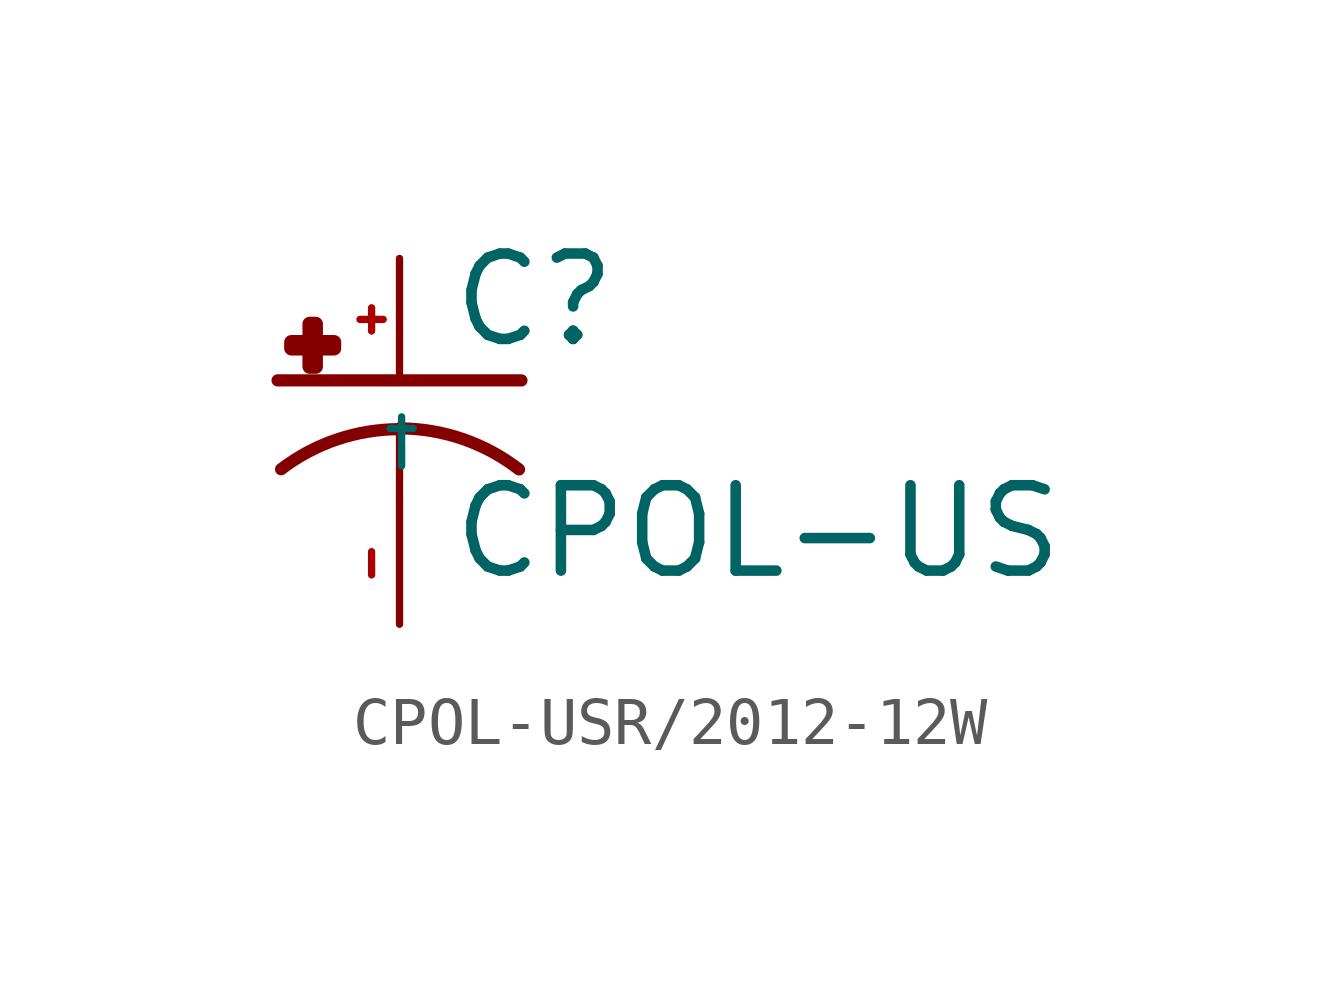
<source format=kicad_sym>
(kicad_symbol_lib
  (version 20220914)
  (generator Eagle2Kicad)
  (symbol "CPOL-USR/2012-12W"
    (property "Reference" "C"
      (at 1.016 0.635 0)
      (effects (font (size 1.778 1.778) (thickness 0.22)) (justify left bottom)))
    (property "Value" "CPOL-US"
      (at 1.016 -4.191 0)
      (effects (font (size 1.778 1.778) (thickness 0.22)) (justify left bottom)))
    (polyline
      (pts (xy -2.54 0) (xy 2.54 0))
      (stroke (width 0.254) (type default))
      (fill (type none)))
    (polyline
      (pts (xy 0 -1.016) (xy 0 -2.54))
      (stroke (width 0.152) (type default))
      (fill (type none)))
    (arc
      (start 2.4892 -1.8542)
      (mid 1.316 -1.220)
      (end 0 -1)
      (stroke (width 0.254) (type default))
      (fill (type none)))
    (arc
      (start 0 -1.0161)
      (mid -1.302 -1.230)
      (end -2.4669 -1.8504)
      (stroke (width 0.254) (type default))
      (fill (type none)))
    (rectangle
      (start -2.253 0.668)
      (end -1.364 0.795)
      (stroke (width 0.3) (type default))
      (fill (type outline)))
    (rectangle
      (start -1.872 0.287)
      (end -1.745 1.176)
      (stroke (width 0.3) (type default))
      (fill (type outline)))
    (pin passive line
      (at 0 2.54 270)
      (length 2.54)
      (name "+" (effects (font (size 0.635 0.635) (thickness 0.08)) (justify left bottom)))
      (number "+" (effects (font (size 0.635 0.635) (thickness 0.08)) (justify left bottom))))
    (pin passive line
      (at 0 -5.08 90)
      (length 2.54)
      (name "-" (effects (font (size 0.635 0.635) (thickness 0.08)) (justify left bottom)))
      (number "-" (effects (font (size 0.635 0.635) (thickness 0.08)) (justify left bottom))))))
</source>
